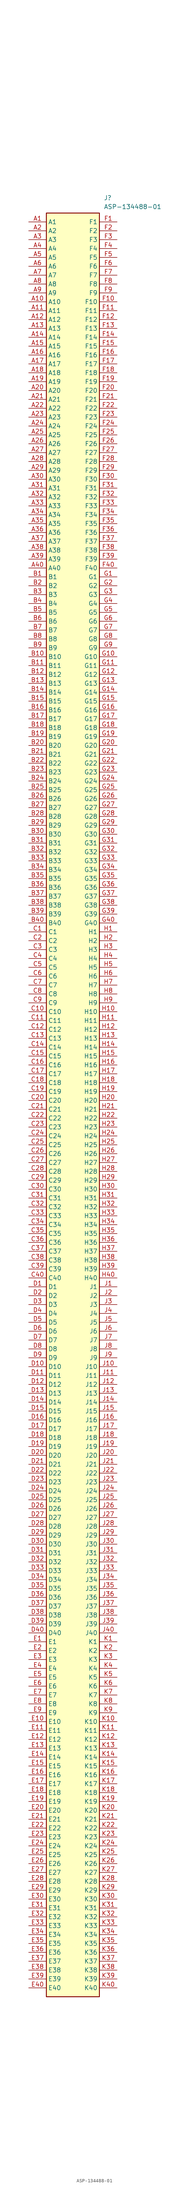
<source format=kicad_sym>
(kicad_symbol_lib
  (version 20211014)
  (generator SamacSys_ECAD_Model)
  (symbol "ASP-134488-01"
    (property "Reference" "J"
      (at 21.59 7.62 0)
      (effects (font (size 1.27 1.27)) (justify left top)))
    (property "Value" "ASP-134488-01"
      (at 21.59 5.08 0)
      (effects (font (size 1.27 1.27)) (justify left top)))
    (rectangle
      (start 5.08 2.54)
      (end 20.32 -508)
      (stroke (width 0.254) (type default))
      (fill (type background)))
    (pin passive line
      (at 0 0 0)
      (length 5.08)
      (name "A1" (effects (font (size 1.27 1.27))))
      (number "A1" (effects (font (size 1.27 1.27)))))
    (pin passive line
      (at 0 -2.54 0)
      (length 5.08)
      (name "A2" (effects (font (size 1.27 1.27))))
      (number "A2" (effects (font (size 1.27 1.27)))))
    (pin passive line
      (at 0 -5.08 0)
      (length 5.08)
      (name "A3" (effects (font (size 1.27 1.27))))
      (number "A3" (effects (font (size 1.27 1.27)))))
    (pin passive line
      (at 0 -7.62 0)
      (length 5.08)
      (name "A4" (effects (font (size 1.27 1.27))))
      (number "A4" (effects (font (size 1.27 1.27)))))
    (pin passive line
      (at 0 -10.16 0)
      (length 5.08)
      (name "A5" (effects (font (size 1.27 1.27))))
      (number "A5" (effects (font (size 1.27 1.27)))))
    (pin passive line
      (at 0 -12.7 0)
      (length 5.08)
      (name "A6" (effects (font (size 1.27 1.27))))
      (number "A6" (effects (font (size 1.27 1.27)))))
    (pin passive line
      (at 0 -15.24 0)
      (length 5.08)
      (name "A7" (effects (font (size 1.27 1.27))))
      (number "A7" (effects (font (size 1.27 1.27)))))
    (pin passive line
      (at 0 -17.78 0)
      (length 5.08)
      (name "A8" (effects (font (size 1.27 1.27))))
      (number "A8" (effects (font (size 1.27 1.27)))))
    (pin passive line
      (at 0 -20.32 0)
      (length 5.08)
      (name "A9" (effects (font (size 1.27 1.27))))
      (number "A9" (effects (font (size 1.27 1.27)))))
    (pin passive line
      (at 0 -22.86 0)
      (length 5.08)
      (name "A10" (effects (font (size 1.27 1.27))))
      (number "A10" (effects (font (size 1.27 1.27)))))
    (pin passive line
      (at 0 -25.4 0)
      (length 5.08)
      (name "A11" (effects (font (size 1.27 1.27))))
      (number "A11" (effects (font (size 1.27 1.27)))))
    (pin passive line
      (at 0 -27.94 0)
      (length 5.08)
      (name "A12" (effects (font (size 1.27 1.27))))
      (number "A12" (effects (font (size 1.27 1.27)))))
    (pin passive line
      (at 0 -30.48 0)
      (length 5.08)
      (name "A13" (effects (font (size 1.27 1.27))))
      (number "A13" (effects (font (size 1.27 1.27)))))
    (pin passive line
      (at 0 -33.02 0)
      (length 5.08)
      (name "A14" (effects (font (size 1.27 1.27))))
      (number "A14" (effects (font (size 1.27 1.27)))))
    (pin passive line
      (at 0 -35.56 0)
      (length 5.08)
      (name "A15" (effects (font (size 1.27 1.27))))
      (number "A15" (effects (font (size 1.27 1.27)))))
    (pin passive line
      (at 0 -38.1 0)
      (length 5.08)
      (name "A16" (effects (font (size 1.27 1.27))))
      (number "A16" (effects (font (size 1.27 1.27)))))
    (pin passive line
      (at 0 -40.64 0)
      (length 5.08)
      (name "A17" (effects (font (size 1.27 1.27))))
      (number "A17" (effects (font (size 1.27 1.27)))))
    (pin passive line
      (at 0 -43.18 0)
      (length 5.08)
      (name "A18" (effects (font (size 1.27 1.27))))
      (number "A18" (effects (font (size 1.27 1.27)))))
    (pin passive line
      (at 0 -45.72 0)
      (length 5.08)
      (name "A19" (effects (font (size 1.27 1.27))))
      (number "A19" (effects (font (size 1.27 1.27)))))
    (pin passive line
      (at 0 -48.26 0)
      (length 5.08)
      (name "A20" (effects (font (size 1.27 1.27))))
      (number "A20" (effects (font (size 1.27 1.27)))))
    (pin passive line
      (at 0 -50.8 0)
      (length 5.08)
      (name "A21" (effects (font (size 1.27 1.27))))
      (number "A21" (effects (font (size 1.27 1.27)))))
    (pin passive line
      (at 0 -53.34 0)
      (length 5.08)
      (name "A22" (effects (font (size 1.27 1.27))))
      (number "A22" (effects (font (size 1.27 1.27)))))
    (pin passive line
      (at 0 -55.88 0)
      (length 5.08)
      (name "A23" (effects (font (size 1.27 1.27))))
      (number "A23" (effects (font (size 1.27 1.27)))))
    (pin passive line
      (at 0 -58.42 0)
      (length 5.08)
      (name "A24" (effects (font (size 1.27 1.27))))
      (number "A24" (effects (font (size 1.27 1.27)))))
    (pin passive line
      (at 0 -60.96 0)
      (length 5.08)
      (name "A25" (effects (font (size 1.27 1.27))))
      (number "A25" (effects (font (size 1.27 1.27)))))
    (pin passive line
      (at 0 -63.5 0)
      (length 5.08)
      (name "A26" (effects (font (size 1.27 1.27))))
      (number "A26" (effects (font (size 1.27 1.27)))))
    (pin passive line
      (at 0 -66.04 0)
      (length 5.08)
      (name "A27" (effects (font (size 1.27 1.27))))
      (number "A27" (effects (font (size 1.27 1.27)))))
    (pin passive line
      (at 0 -68.58 0)
      (length 5.08)
      (name "A28" (effects (font (size 1.27 1.27))))
      (number "A28" (effects (font (size 1.27 1.27)))))
    (pin passive line
      (at 0 -71.12 0)
      (length 5.08)
      (name "A29" (effects (font (size 1.27 1.27))))
      (number "A29" (effects (font (size 1.27 1.27)))))
    (pin passive line
      (at 0 -73.66 0)
      (length 5.08)
      (name "A30" (effects (font (size 1.27 1.27))))
      (number "A30" (effects (font (size 1.27 1.27)))))
    (pin passive line
      (at 0 -76.2 0)
      (length 5.08)
      (name "A31" (effects (font (size 1.27 1.27))))
      (number "A31" (effects (font (size 1.27 1.27)))))
    (pin passive line
      (at 0 -78.74 0)
      (length 5.08)
      (name "A32" (effects (font (size 1.27 1.27))))
      (number "A32" (effects (font (size 1.27 1.27)))))
    (pin passive line
      (at 0 -81.28 0)
      (length 5.08)
      (name "A33" (effects (font (size 1.27 1.27))))
      (number "A33" (effects (font (size 1.27 1.27)))))
    (pin passive line
      (at 0 -83.82 0)
      (length 5.08)
      (name "A34" (effects (font (size 1.27 1.27))))
      (number "A34" (effects (font (size 1.27 1.27)))))
    (pin passive line
      (at 0 -86.36 0)
      (length 5.08)
      (name "A35" (effects (font (size 1.27 1.27))))
      (number "A35" (effects (font (size 1.27 1.27)))))
    (pin passive line
      (at 0 -88.9 0)
      (length 5.08)
      (name "A36" (effects (font (size 1.27 1.27))))
      (number "A36" (effects (font (size 1.27 1.27)))))
    (pin passive line
      (at 0 -91.44 0)
      (length 5.08)
      (name "A37" (effects (font (size 1.27 1.27))))
      (number "A37" (effects (font (size 1.27 1.27)))))
    (pin passive line
      (at 0 -93.98 0)
      (length 5.08)
      (name "A38" (effects (font (size 1.27 1.27))))
      (number "A38" (effects (font (size 1.27 1.27)))))
    (pin passive line
      (at 0 -96.52 0)
      (length 5.08)
      (name "A39" (effects (font (size 1.27 1.27))))
      (number "A39" (effects (font (size 1.27 1.27)))))
    (pin passive line
      (at 0 -99.06 0)
      (length 5.08)
      (name "A40" (effects (font (size 1.27 1.27))))
      (number "A40" (effects (font (size 1.27 1.27)))))
    (pin passive line
      (at 0 -101.6 0)
      (length 5.08)
      (name "B1" (effects (font (size 1.27 1.27))))
      (number "B1" (effects (font (size 1.27 1.27)))))
    (pin passive line
      (at 0 -104.14 0)
      (length 5.08)
      (name "B2" (effects (font (size 1.27 1.27))))
      (number "B2" (effects (font (size 1.27 1.27)))))
    (pin passive line
      (at 0 -106.68 0)
      (length 5.08)
      (name "B3" (effects (font (size 1.27 1.27))))
      (number "B3" (effects (font (size 1.27 1.27)))))
    (pin passive line
      (at 0 -109.22 0)
      (length 5.08)
      (name "B4" (effects (font (size 1.27 1.27))))
      (number "B4" (effects (font (size 1.27 1.27)))))
    (pin passive line
      (at 0 -111.76 0)
      (length 5.08)
      (name "B5" (effects (font (size 1.27 1.27))))
      (number "B5" (effects (font (size 1.27 1.27)))))
    (pin passive line
      (at 0 -114.3 0)
      (length 5.08)
      (name "B6" (effects (font (size 1.27 1.27))))
      (number "B6" (effects (font (size 1.27 1.27)))))
    (pin passive line
      (at 0 -116.84 0)
      (length 5.08)
      (name "B7" (effects (font (size 1.27 1.27))))
      (number "B7" (effects (font (size 1.27 1.27)))))
    (pin passive line
      (at 0 -119.38 0)
      (length 5.08)
      (name "B8" (effects (font (size 1.27 1.27))))
      (number "B8" (effects (font (size 1.27 1.27)))))
    (pin passive line
      (at 0 -121.92 0)
      (length 5.08)
      (name "B9" (effects (font (size 1.27 1.27))))
      (number "B9" (effects (font (size 1.27 1.27)))))
    (pin passive line
      (at 0 -124.46 0)
      (length 5.08)
      (name "B10" (effects (font (size 1.27 1.27))))
      (number "B10" (effects (font (size 1.27 1.27)))))
    (pin passive line
      (at 0 -127 0)
      (length 5.08)
      (name "B11" (effects (font (size 1.27 1.27))))
      (number "B11" (effects (font (size 1.27 1.27)))))
    (pin passive line
      (at 0 -129.54 0)
      (length 5.08)
      (name "B12" (effects (font (size 1.27 1.27))))
      (number "B12" (effects (font (size 1.27 1.27)))))
    (pin passive line
      (at 0 -132.08 0)
      (length 5.08)
      (name "B13" (effects (font (size 1.27 1.27))))
      (number "B13" (effects (font (size 1.27 1.27)))))
    (pin passive line
      (at 0 -134.62 0)
      (length 5.08)
      (name "B14" (effects (font (size 1.27 1.27))))
      (number "B14" (effects (font (size 1.27 1.27)))))
    (pin passive line
      (at 0 -137.16 0)
      (length 5.08)
      (name "B15" (effects (font (size 1.27 1.27))))
      (number "B15" (effects (font (size 1.27 1.27)))))
    (pin passive line
      (at 0 -139.7 0)
      (length 5.08)
      (name "B16" (effects (font (size 1.27 1.27))))
      (number "B16" (effects (font (size 1.27 1.27)))))
    (pin passive line
      (at 0 -142.24 0)
      (length 5.08)
      (name "B17" (effects (font (size 1.27 1.27))))
      (number "B17" (effects (font (size 1.27 1.27)))))
    (pin passive line
      (at 0 -144.78 0)
      (length 5.08)
      (name "B18" (effects (font (size 1.27 1.27))))
      (number "B18" (effects (font (size 1.27 1.27)))))
    (pin passive line
      (at 0 -147.32 0)
      (length 5.08)
      (name "B19" (effects (font (size 1.27 1.27))))
      (number "B19" (effects (font (size 1.27 1.27)))))
    (pin passive line
      (at 0 -149.86 0)
      (length 5.08)
      (name "B20" (effects (font (size 1.27 1.27))))
      (number "B20" (effects (font (size 1.27 1.27)))))
    (pin passive line
      (at 0 -152.4 0)
      (length 5.08)
      (name "B21" (effects (font (size 1.27 1.27))))
      (number "B21" (effects (font (size 1.27 1.27)))))
    (pin passive line
      (at 0 -154.94 0)
      (length 5.08)
      (name "B22" (effects (font (size 1.27 1.27))))
      (number "B22" (effects (font (size 1.27 1.27)))))
    (pin passive line
      (at 0 -157.48 0)
      (length 5.08)
      (name "B23" (effects (font (size 1.27 1.27))))
      (number "B23" (effects (font (size 1.27 1.27)))))
    (pin passive line
      (at 0 -160.02 0)
      (length 5.08)
      (name "B24" (effects (font (size 1.27 1.27))))
      (number "B24" (effects (font (size 1.27 1.27)))))
    (pin passive line
      (at 0 -162.56 0)
      (length 5.08)
      (name "B25" (effects (font (size 1.27 1.27))))
      (number "B25" (effects (font (size 1.27 1.27)))))
    (pin passive line
      (at 0 -165.1 0)
      (length 5.08)
      (name "B26" (effects (font (size 1.27 1.27))))
      (number "B26" (effects (font (size 1.27 1.27)))))
    (pin passive line
      (at 0 -167.64 0)
      (length 5.08)
      (name "B27" (effects (font (size 1.27 1.27))))
      (number "B27" (effects (font (size 1.27 1.27)))))
    (pin passive line
      (at 0 -170.18 0)
      (length 5.08)
      (name "B28" (effects (font (size 1.27 1.27))))
      (number "B28" (effects (font (size 1.27 1.27)))))
    (pin passive line
      (at 0 -172.72 0)
      (length 5.08)
      (name "B29" (effects (font (size 1.27 1.27))))
      (number "B29" (effects (font (size 1.27 1.27)))))
    (pin passive line
      (at 0 -175.26 0)
      (length 5.08)
      (name "B30" (effects (font (size 1.27 1.27))))
      (number "B30" (effects (font (size 1.27 1.27)))))
    (pin passive line
      (at 0 -177.8 0)
      (length 5.08)
      (name "B31" (effects (font (size 1.27 1.27))))
      (number "B31" (effects (font (size 1.27 1.27)))))
    (pin passive line
      (at 0 -180.34 0)
      (length 5.08)
      (name "B32" (effects (font (size 1.27 1.27))))
      (number "B32" (effects (font (size 1.27 1.27)))))
    (pin passive line
      (at 0 -182.88 0)
      (length 5.08)
      (name "B33" (effects (font (size 1.27 1.27))))
      (number "B33" (effects (font (size 1.27 1.27)))))
    (pin passive line
      (at 0 -185.42 0)
      (length 5.08)
      (name "B34" (effects (font (size 1.27 1.27))))
      (number "B34" (effects (font (size 1.27 1.27)))))
    (pin passive line
      (at 0 -187.96 0)
      (length 5.08)
      (name "B35" (effects (font (size 1.27 1.27))))
      (number "B35" (effects (font (size 1.27 1.27)))))
    (pin passive line
      (at 0 -190.5 0)
      (length 5.08)
      (name "B36" (effects (font (size 1.27 1.27))))
      (number "B36" (effects (font (size 1.27 1.27)))))
    (pin passive line
      (at 0 -193.04 0)
      (length 5.08)
      (name "B37" (effects (font (size 1.27 1.27))))
      (number "B37" (effects (font (size 1.27 1.27)))))
    (pin passive line
      (at 0 -195.58 0)
      (length 5.08)
      (name "B38" (effects (font (size 1.27 1.27))))
      (number "B38" (effects (font (size 1.27 1.27)))))
    (pin passive line
      (at 0 -198.12 0)
      (length 5.08)
      (name "B39" (effects (font (size 1.27 1.27))))
      (number "B39" (effects (font (size 1.27 1.27)))))
    (pin passive line
      (at 0 -200.66 0)
      (length 5.08)
      (name "B40" (effects (font (size 1.27 1.27))))
      (number "B40" (effects (font (size 1.27 1.27)))))
    (pin passive line
      (at 0 -203.2 0)
      (length 5.08)
      (name "C1" (effects (font (size 1.27 1.27))))
      (number "C1" (effects (font (size 1.27 1.27)))))
    (pin passive line
      (at 0 -205.74 0)
      (length 5.08)
      (name "C2" (effects (font (size 1.27 1.27))))
      (number "C2" (effects (font (size 1.27 1.27)))))
    (pin passive line
      (at 0 -208.28 0)
      (length 5.08)
      (name "C3" (effects (font (size 1.27 1.27))))
      (number "C3" (effects (font (size 1.27 1.27)))))
    (pin passive line
      (at 0 -210.82 0)
      (length 5.08)
      (name "C4" (effects (font (size 1.27 1.27))))
      (number "C4" (effects (font (size 1.27 1.27)))))
    (pin passive line
      (at 0 -213.36 0)
      (length 5.08)
      (name "C5" (effects (font (size 1.27 1.27))))
      (number "C5" (effects (font (size 1.27 1.27)))))
    (pin passive line
      (at 0 -215.9 0)
      (length 5.08)
      (name "C6" (effects (font (size 1.27 1.27))))
      (number "C6" (effects (font (size 1.27 1.27)))))
    (pin passive line
      (at 0 -218.44 0)
      (length 5.08)
      (name "C7" (effects (font (size 1.27 1.27))))
      (number "C7" (effects (font (size 1.27 1.27)))))
    (pin passive line
      (at 0 -220.98 0)
      (length 5.08)
      (name "C8" (effects (font (size 1.27 1.27))))
      (number "C8" (effects (font (size 1.27 1.27)))))
    (pin passive line
      (at 0 -223.52 0)
      (length 5.08)
      (name "C9" (effects (font (size 1.27 1.27))))
      (number "C9" (effects (font (size 1.27 1.27)))))
    (pin passive line
      (at 0 -226.06 0)
      (length 5.08)
      (name "C10" (effects (font (size 1.27 1.27))))
      (number "C10" (effects (font (size 1.27 1.27)))))
    (pin passive line
      (at 0 -228.6 0)
      (length 5.08)
      (name "C11" (effects (font (size 1.27 1.27))))
      (number "C11" (effects (font (size 1.27 1.27)))))
    (pin passive line
      (at 0 -231.14 0)
      (length 5.08)
      (name "C12" (effects (font (size 1.27 1.27))))
      (number "C12" (effects (font (size 1.27 1.27)))))
    (pin passive line
      (at 0 -233.68 0)
      (length 5.08)
      (name "C13" (effects (font (size 1.27 1.27))))
      (number "C13" (effects (font (size 1.27 1.27)))))
    (pin passive line
      (at 0 -236.22 0)
      (length 5.08)
      (name "C14" (effects (font (size 1.27 1.27))))
      (number "C14" (effects (font (size 1.27 1.27)))))
    (pin passive line
      (at 0 -238.76 0)
      (length 5.08)
      (name "C15" (effects (font (size 1.27 1.27))))
      (number "C15" (effects (font (size 1.27 1.27)))))
    (pin passive line
      (at 0 -241.3 0)
      (length 5.08)
      (name "C16" (effects (font (size 1.27 1.27))))
      (number "C16" (effects (font (size 1.27 1.27)))))
    (pin passive line
      (at 0 -243.84 0)
      (length 5.08)
      (name "C17" (effects (font (size 1.27 1.27))))
      (number "C17" (effects (font (size 1.27 1.27)))))
    (pin passive line
      (at 0 -246.38 0)
      (length 5.08)
      (name "C18" (effects (font (size 1.27 1.27))))
      (number "C18" (effects (font (size 1.27 1.27)))))
    (pin passive line
      (at 0 -248.92 0)
      (length 5.08)
      (name "C19" (effects (font (size 1.27 1.27))))
      (number "C19" (effects (font (size 1.27 1.27)))))
    (pin passive line
      (at 0 -251.46 0)
      (length 5.08)
      (name "C20" (effects (font (size 1.27 1.27))))
      (number "C20" (effects (font (size 1.27 1.27)))))
    (pin passive line
      (at 0 -254 0)
      (length 5.08)
      (name "C21" (effects (font (size 1.27 1.27))))
      (number "C21" (effects (font (size 1.27 1.27)))))
    (pin passive line
      (at 0 -256.54 0)
      (length 5.08)
      (name "C22" (effects (font (size 1.27 1.27))))
      (number "C22" (effects (font (size 1.27 1.27)))))
    (pin passive line
      (at 0 -259.08 0)
      (length 5.08)
      (name "C23" (effects (font (size 1.27 1.27))))
      (number "C23" (effects (font (size 1.27 1.27)))))
    (pin passive line
      (at 0 -261.62 0)
      (length 5.08)
      (name "C24" (effects (font (size 1.27 1.27))))
      (number "C24" (effects (font (size 1.27 1.27)))))
    (pin passive line
      (at 0 -264.16 0)
      (length 5.08)
      (name "C25" (effects (font (size 1.27 1.27))))
      (number "C25" (effects (font (size 1.27 1.27)))))
    (pin passive line
      (at 0 -266.7 0)
      (length 5.08)
      (name "C26" (effects (font (size 1.27 1.27))))
      (number "C26" (effects (font (size 1.27 1.27)))))
    (pin passive line
      (at 0 -269.24 0)
      (length 5.08)
      (name "C27" (effects (font (size 1.27 1.27))))
      (number "C27" (effects (font (size 1.27 1.27)))))
    (pin passive line
      (at 0 -271.78 0)
      (length 5.08)
      (name "C28" (effects (font (size 1.27 1.27))))
      (number "C28" (effects (font (size 1.27 1.27)))))
    (pin passive line
      (at 0 -274.32 0)
      (length 5.08)
      (name "C29" (effects (font (size 1.27 1.27))))
      (number "C29" (effects (font (size 1.27 1.27)))))
    (pin passive line
      (at 0 -276.86 0)
      (length 5.08)
      (name "C30" (effects (font (size 1.27 1.27))))
      (number "C30" (effects (font (size 1.27 1.27)))))
    (pin passive line
      (at 0 -279.4 0)
      (length 5.08)
      (name "C31" (effects (font (size 1.27 1.27))))
      (number "C31" (effects (font (size 1.27 1.27)))))
    (pin passive line
      (at 0 -281.94 0)
      (length 5.08)
      (name "C32" (effects (font (size 1.27 1.27))))
      (number "C32" (effects (font (size 1.27 1.27)))))
    (pin passive line
      (at 0 -284.48 0)
      (length 5.08)
      (name "C33" (effects (font (size 1.27 1.27))))
      (number "C33" (effects (font (size 1.27 1.27)))))
    (pin passive line
      (at 0 -287.02 0)
      (length 5.08)
      (name "C34" (effects (font (size 1.27 1.27))))
      (number "C34" (effects (font (size 1.27 1.27)))))
    (pin passive line
      (at 0 -289.56 0)
      (length 5.08)
      (name "C35" (effects (font (size 1.27 1.27))))
      (number "C35" (effects (font (size 1.27 1.27)))))
    (pin passive line
      (at 0 -292.1 0)
      (length 5.08)
      (name "C36" (effects (font (size 1.27 1.27))))
      (number "C36" (effects (font (size 1.27 1.27)))))
    (pin passive line
      (at 0 -294.64 0)
      (length 5.08)
      (name "C37" (effects (font (size 1.27 1.27))))
      (number "C37" (effects (font (size 1.27 1.27)))))
    (pin passive line
      (at 0 -297.18 0)
      (length 5.08)
      (name "C38" (effects (font (size 1.27 1.27))))
      (number "C38" (effects (font (size 1.27 1.27)))))
    (pin passive line
      (at 0 -299.72 0)
      (length 5.08)
      (name "C39" (effects (font (size 1.27 1.27))))
      (number "C39" (effects (font (size 1.27 1.27)))))
    (pin passive line
      (at 0 -302.26 0)
      (length 5.08)
      (name "C40" (effects (font (size 1.27 1.27))))
      (number "C40" (effects (font (size 1.27 1.27)))))
    (pin passive line
      (at 0 -304.8 0)
      (length 5.08)
      (name "D1" (effects (font (size 1.27 1.27))))
      (number "D1" (effects (font (size 1.27 1.27)))))
    (pin passive line
      (at 0 -307.34 0)
      (length 5.08)
      (name "D2" (effects (font (size 1.27 1.27))))
      (number "D2" (effects (font (size 1.27 1.27)))))
    (pin passive line
      (at 0 -309.88 0)
      (length 5.08)
      (name "D3" (effects (font (size 1.27 1.27))))
      (number "D3" (effects (font (size 1.27 1.27)))))
    (pin passive line
      (at 0 -312.42 0)
      (length 5.08)
      (name "D4" (effects (font (size 1.27 1.27))))
      (number "D4" (effects (font (size 1.27 1.27)))))
    (pin passive line
      (at 0 -314.96 0)
      (length 5.08)
      (name "D5" (effects (font (size 1.27 1.27))))
      (number "D5" (effects (font (size 1.27 1.27)))))
    (pin passive line
      (at 0 -317.5 0)
      (length 5.08)
      (name "D6" (effects (font (size 1.27 1.27))))
      (number "D6" (effects (font (size 1.27 1.27)))))
    (pin passive line
      (at 0 -320.04 0)
      (length 5.08)
      (name "D7" (effects (font (size 1.27 1.27))))
      (number "D7" (effects (font (size 1.27 1.27)))))
    (pin passive line
      (at 0 -322.58 0)
      (length 5.08)
      (name "D8" (effects (font (size 1.27 1.27))))
      (number "D8" (effects (font (size 1.27 1.27)))))
    (pin passive line
      (at 0 -325.12 0)
      (length 5.08)
      (name "D9" (effects (font (size 1.27 1.27))))
      (number "D9" (effects (font (size 1.27 1.27)))))
    (pin passive line
      (at 0 -327.66 0)
      (length 5.08)
      (name "D10" (effects (font (size 1.27 1.27))))
      (number "D10" (effects (font (size 1.27 1.27)))))
    (pin passive line
      (at 0 -330.2 0)
      (length 5.08)
      (name "D11" (effects (font (size 1.27 1.27))))
      (number "D11" (effects (font (size 1.27 1.27)))))
    (pin passive line
      (at 0 -332.74 0)
      (length 5.08)
      (name "D12" (effects (font (size 1.27 1.27))))
      (number "D12" (effects (font (size 1.27 1.27)))))
    (pin passive line
      (at 0 -335.28 0)
      (length 5.08)
      (name "D13" (effects (font (size 1.27 1.27))))
      (number "D13" (effects (font (size 1.27 1.27)))))
    (pin passive line
      (at 0 -337.82 0)
      (length 5.08)
      (name "D14" (effects (font (size 1.27 1.27))))
      (number "D14" (effects (font (size 1.27 1.27)))))
    (pin passive line
      (at 0 -340.36 0)
      (length 5.08)
      (name "D15" (effects (font (size 1.27 1.27))))
      (number "D15" (effects (font (size 1.27 1.27)))))
    (pin passive line
      (at 0 -342.9 0)
      (length 5.08)
      (name "D16" (effects (font (size 1.27 1.27))))
      (number "D16" (effects (font (size 1.27 1.27)))))
    (pin passive line
      (at 0 -345.44 0)
      (length 5.08)
      (name "D17" (effects (font (size 1.27 1.27))))
      (number "D17" (effects (font (size 1.27 1.27)))))
    (pin passive line
      (at 0 -347.98 0)
      (length 5.08)
      (name "D18" (effects (font (size 1.27 1.27))))
      (number "D18" (effects (font (size 1.27 1.27)))))
    (pin passive line
      (at 0 -350.52 0)
      (length 5.08)
      (name "D19" (effects (font (size 1.27 1.27))))
      (number "D19" (effects (font (size 1.27 1.27)))))
    (pin passive line
      (at 0 -353.06 0)
      (length 5.08)
      (name "D20" (effects (font (size 1.27 1.27))))
      (number "D20" (effects (font (size 1.27 1.27)))))
    (pin passive line
      (at 0 -355.6 0)
      (length 5.08)
      (name "D21" (effects (font (size 1.27 1.27))))
      (number "D21" (effects (font (size 1.27 1.27)))))
    (pin passive line
      (at 0 -358.14 0)
      (length 5.08)
      (name "D22" (effects (font (size 1.27 1.27))))
      (number "D22" (effects (font (size 1.27 1.27)))))
    (pin passive line
      (at 0 -360.68 0)
      (length 5.08)
      (name "D23" (effects (font (size 1.27 1.27))))
      (number "D23" (effects (font (size 1.27 1.27)))))
    (pin passive line
      (at 0 -363.22 0)
      (length 5.08)
      (name "D24" (effects (font (size 1.27 1.27))))
      (number "D24" (effects (font (size 1.27 1.27)))))
    (pin passive line
      (at 0 -365.76 0)
      (length 5.08)
      (name "D25" (effects (font (size 1.27 1.27))))
      (number "D25" (effects (font (size 1.27 1.27)))))
    (pin passive line
      (at 0 -368.3 0)
      (length 5.08)
      (name "D26" (effects (font (size 1.27 1.27))))
      (number "D26" (effects (font (size 1.27 1.27)))))
    (pin passive line
      (at 0 -370.84 0)
      (length 5.08)
      (name "D27" (effects (font (size 1.27 1.27))))
      (number "D27" (effects (font (size 1.27 1.27)))))
    (pin passive line
      (at 0 -373.38 0)
      (length 5.08)
      (name "D28" (effects (font (size 1.27 1.27))))
      (number "D28" (effects (font (size 1.27 1.27)))))
    (pin passive line
      (at 0 -375.92 0)
      (length 5.08)
      (name "D29" (effects (font (size 1.27 1.27))))
      (number "D29" (effects (font (size 1.27 1.27)))))
    (pin passive line
      (at 0 -378.46 0)
      (length 5.08)
      (name "D30" (effects (font (size 1.27 1.27))))
      (number "D30" (effects (font (size 1.27 1.27)))))
    (pin passive line
      (at 0 -381 0)
      (length 5.08)
      (name "D31" (effects (font (size 1.27 1.27))))
      (number "D31" (effects (font (size 1.27 1.27)))))
    (pin passive line
      (at 0 -383.54 0)
      (length 5.08)
      (name "D32" (effects (font (size 1.27 1.27))))
      (number "D32" (effects (font (size 1.27 1.27)))))
    (pin passive line
      (at 0 -386.08 0)
      (length 5.08)
      (name "D33" (effects (font (size 1.27 1.27))))
      (number "D33" (effects (font (size 1.27 1.27)))))
    (pin passive line
      (at 0 -388.62 0)
      (length 5.08)
      (name "D34" (effects (font (size 1.27 1.27))))
      (number "D34" (effects (font (size 1.27 1.27)))))
    (pin passive line
      (at 0 -391.16 0)
      (length 5.08)
      (name "D35" (effects (font (size 1.27 1.27))))
      (number "D35" (effects (font (size 1.27 1.27)))))
    (pin passive line
      (at 0 -393.7 0)
      (length 5.08)
      (name "D36" (effects (font (size 1.27 1.27))))
      (number "D36" (effects (font (size 1.27 1.27)))))
    (pin passive line
      (at 0 -396.24 0)
      (length 5.08)
      (name "D37" (effects (font (size 1.27 1.27))))
      (number "D37" (effects (font (size 1.27 1.27)))))
    (pin passive line
      (at 0 -398.78 0)
      (length 5.08)
      (name "D38" (effects (font (size 1.27 1.27))))
      (number "D38" (effects (font (size 1.27 1.27)))))
    (pin passive line
      (at 0 -401.32 0)
      (length 5.08)
      (name "D39" (effects (font (size 1.27 1.27))))
      (number "D39" (effects (font (size 1.27 1.27)))))
    (pin passive line
      (at 0 -403.86 0)
      (length 5.08)
      (name "D40" (effects (font (size 1.27 1.27))))
      (number "D40" (effects (font (size 1.27 1.27)))))
    (pin passive line
      (at 0 -406.4 0)
      (length 5.08)
      (name "E1" (effects (font (size 1.27 1.27))))
      (number "E1" (effects (font (size 1.27 1.27)))))
    (pin passive line
      (at 0 -408.94 0)
      (length 5.08)
      (name "E2" (effects (font (size 1.27 1.27))))
      (number "E2" (effects (font (size 1.27 1.27)))))
    (pin passive line
      (at 0 -411.48 0)
      (length 5.08)
      (name "E3" (effects (font (size 1.27 1.27))))
      (number "E3" (effects (font (size 1.27 1.27)))))
    (pin passive line
      (at 0 -414.02 0)
      (length 5.08)
      (name "E4" (effects (font (size 1.27 1.27))))
      (number "E4" (effects (font (size 1.27 1.27)))))
    (pin passive line
      (at 0 -416.56 0)
      (length 5.08)
      (name "E5" (effects (font (size 1.27 1.27))))
      (number "E5" (effects (font (size 1.27 1.27)))))
    (pin passive line
      (at 0 -419.1 0)
      (length 5.08)
      (name "E6" (effects (font (size 1.27 1.27))))
      (number "E6" (effects (font (size 1.27 1.27)))))
    (pin passive line
      (at 0 -421.64 0)
      (length 5.08)
      (name "E7" (effects (font (size 1.27 1.27))))
      (number "E7" (effects (font (size 1.27 1.27)))))
    (pin passive line
      (at 0 -424.18 0)
      (length 5.08)
      (name "E8" (effects (font (size 1.27 1.27))))
      (number "E8" (effects (font (size 1.27 1.27)))))
    (pin passive line
      (at 0 -426.72 0)
      (length 5.08)
      (name "E9" (effects (font (size 1.27 1.27))))
      (number "E9" (effects (font (size 1.27 1.27)))))
    (pin passive line
      (at 0 -429.26 0)
      (length 5.08)
      (name "E10" (effects (font (size 1.27 1.27))))
      (number "E10" (effects (font (size 1.27 1.27)))))
    (pin passive line
      (at 0 -431.8 0)
      (length 5.08)
      (name "E11" (effects (font (size 1.27 1.27))))
      (number "E11" (effects (font (size 1.27 1.27)))))
    (pin passive line
      (at 0 -434.34 0)
      (length 5.08)
      (name "E12" (effects (font (size 1.27 1.27))))
      (number "E12" (effects (font (size 1.27 1.27)))))
    (pin passive line
      (at 0 -436.88 0)
      (length 5.08)
      (name "E13" (effects (font (size 1.27 1.27))))
      (number "E13" (effects (font (size 1.27 1.27)))))
    (pin passive line
      (at 0 -439.42 0)
      (length 5.08)
      (name "E14" (effects (font (size 1.27 1.27))))
      (number "E14" (effects (font (size 1.27 1.27)))))
    (pin passive line
      (at 0 -441.96 0)
      (length 5.08)
      (name "E15" (effects (font (size 1.27 1.27))))
      (number "E15" (effects (font (size 1.27 1.27)))))
    (pin passive line
      (at 0 -444.5 0)
      (length 5.08)
      (name "E16" (effects (font (size 1.27 1.27))))
      (number "E16" (effects (font (size 1.27 1.27)))))
    (pin passive line
      (at 0 -447.04 0)
      (length 5.08)
      (name "E17" (effects (font (size 1.27 1.27))))
      (number "E17" (effects (font (size 1.27 1.27)))))
    (pin passive line
      (at 0 -449.58 0)
      (length 5.08)
      (name "E18" (effects (font (size 1.27 1.27))))
      (number "E18" (effects (font (size 1.27 1.27)))))
    (pin passive line
      (at 0 -452.12 0)
      (length 5.08)
      (name "E19" (effects (font (size 1.27 1.27))))
      (number "E19" (effects (font (size 1.27 1.27)))))
    (pin passive line
      (at 0 -454.66 0)
      (length 5.08)
      (name "E20" (effects (font (size 1.27 1.27))))
      (number "E20" (effects (font (size 1.27 1.27)))))
    (pin passive line
      (at 0 -457.2 0)
      (length 5.08)
      (name "E21" (effects (font (size 1.27 1.27))))
      (number "E21" (effects (font (size 1.27 1.27)))))
    (pin passive line
      (at 0 -459.74 0)
      (length 5.08)
      (name "E22" (effects (font (size 1.27 1.27))))
      (number "E22" (effects (font (size 1.27 1.27)))))
    (pin passive line
      (at 0 -462.28 0)
      (length 5.08)
      (name "E23" (effects (font (size 1.27 1.27))))
      (number "E23" (effects (font (size 1.27 1.27)))))
    (pin passive line
      (at 0 -464.82 0)
      (length 5.08)
      (name "E24" (effects (font (size 1.27 1.27))))
      (number "E24" (effects (font (size 1.27 1.27)))))
    (pin passive line
      (at 0 -467.36 0)
      (length 5.08)
      (name "E25" (effects (font (size 1.27 1.27))))
      (number "E25" (effects (font (size 1.27 1.27)))))
    (pin passive line
      (at 0 -469.9 0)
      (length 5.08)
      (name "E26" (effects (font (size 1.27 1.27))))
      (number "E26" (effects (font (size 1.27 1.27)))))
    (pin passive line
      (at 0 -472.44 0)
      (length 5.08)
      (name "E27" (effects (font (size 1.27 1.27))))
      (number "E27" (effects (font (size 1.27 1.27)))))
    (pin passive line
      (at 0 -474.98 0)
      (length 5.08)
      (name "E28" (effects (font (size 1.27 1.27))))
      (number "E28" (effects (font (size 1.27 1.27)))))
    (pin passive line
      (at 0 -477.52 0)
      (length 5.08)
      (name "E29" (effects (font (size 1.27 1.27))))
      (number "E29" (effects (font (size 1.27 1.27)))))
    (pin passive line
      (at 0 -480.06 0)
      (length 5.08)
      (name "E30" (effects (font (size 1.27 1.27))))
      (number "E30" (effects (font (size 1.27 1.27)))))
    (pin passive line
      (at 0 -482.6 0)
      (length 5.08)
      (name "E31" (effects (font (size 1.27 1.27))))
      (number "E31" (effects (font (size 1.27 1.27)))))
    (pin passive line
      (at 0 -485.14 0)
      (length 5.08)
      (name "E32" (effects (font (size 1.27 1.27))))
      (number "E32" (effects (font (size 1.27 1.27)))))
    (pin passive line
      (at 0 -487.68 0)
      (length 5.08)
      (name "E33" (effects (font (size 1.27 1.27))))
      (number "E33" (effects (font (size 1.27 1.27)))))
    (pin passive line
      (at 0 -490.22 0)
      (length 5.08)
      (name "E34" (effects (font (size 1.27 1.27))))
      (number "E34" (effects (font (size 1.27 1.27)))))
    (pin passive line
      (at 0 -492.76 0)
      (length 5.08)
      (name "E35" (effects (font (size 1.27 1.27))))
      (number "E35" (effects (font (size 1.27 1.27)))))
    (pin passive line
      (at 0 -495.3 0)
      (length 5.08)
      (name "E36" (effects (font (size 1.27 1.27))))
      (number "E36" (effects (font (size 1.27 1.27)))))
    (pin passive line
      (at 0 -497.84 0)
      (length 5.08)
      (name "E37" (effects (font (size 1.27 1.27))))
      (number "E37" (effects (font (size 1.27 1.27)))))
    (pin passive line
      (at 0 -500.38 0)
      (length 5.08)
      (name "E38" (effects (font (size 1.27 1.27))))
      (number "E38" (effects (font (size 1.27 1.27)))))
    (pin passive line
      (at 0 -502.92 0)
      (length 5.08)
      (name "E39" (effects (font (size 1.27 1.27))))
      (number "E39" (effects (font (size 1.27 1.27)))))
    (pin passive line
      (at 0 -505.46 0)
      (length 5.08)
      (name "E40" (effects (font (size 1.27 1.27))))
      (number "E40" (effects (font (size 1.27 1.27)))))
    (pin passive line
      (at 25.4 0 180)
      (length 5.08)
      (name "F1" (effects (font (size 1.27 1.27))))
      (number "F1" (effects (font (size 1.27 1.27)))))
    (pin passive line
      (at 25.4 -2.54 180)
      (length 5.08)
      (name "F2" (effects (font (size 1.27 1.27))))
      (number "F2" (effects (font (size 1.27 1.27)))))
    (pin passive line
      (at 25.4 -5.08 180)
      (length 5.08)
      (name "F3" (effects (font (size 1.27 1.27))))
      (number "F3" (effects (font (size 1.27 1.27)))))
    (pin passive line
      (at 25.4 -7.62 180)
      (length 5.08)
      (name "F4" (effects (font (size 1.27 1.27))))
      (number "F4" (effects (font (size 1.27 1.27)))))
    (pin passive line
      (at 25.4 -10.16 180)
      (length 5.08)
      (name "F5" (effects (font (size 1.27 1.27))))
      (number "F5" (effects (font (size 1.27 1.27)))))
    (pin passive line
      (at 25.4 -12.7 180)
      (length 5.08)
      (name "F6" (effects (font (size 1.27 1.27))))
      (number "F6" (effects (font (size 1.27 1.27)))))
    (pin passive line
      (at 25.4 -15.24 180)
      (length 5.08)
      (name "F7" (effects (font (size 1.27 1.27))))
      (number "F7" (effects (font (size 1.27 1.27)))))
    (pin passive line
      (at 25.4 -17.78 180)
      (length 5.08)
      (name "F8" (effects (font (size 1.27 1.27))))
      (number "F8" (effects (font (size 1.27 1.27)))))
    (pin passive line
      (at 25.4 -20.32 180)
      (length 5.08)
      (name "F9" (effects (font (size 1.27 1.27))))
      (number "F9" (effects (font (size 1.27 1.27)))))
    (pin passive line
      (at 25.4 -22.86 180)
      (length 5.08)
      (name "F10" (effects (font (size 1.27 1.27))))
      (number "F10" (effects (font (size 1.27 1.27)))))
    (pin passive line
      (at 25.4 -25.4 180)
      (length 5.08)
      (name "F11" (effects (font (size 1.27 1.27))))
      (number "F11" (effects (font (size 1.27 1.27)))))
    (pin passive line
      (at 25.4 -27.94 180)
      (length 5.08)
      (name "F12" (effects (font (size 1.27 1.27))))
      (number "F12" (effects (font (size 1.27 1.27)))))
    (pin passive line
      (at 25.4 -30.48 180)
      (length 5.08)
      (name "F13" (effects (font (size 1.27 1.27))))
      (number "F13" (effects (font (size 1.27 1.27)))))
    (pin passive line
      (at 25.4 -33.02 180)
      (length 5.08)
      (name "F14" (effects (font (size 1.27 1.27))))
      (number "F14" (effects (font (size 1.27 1.27)))))
    (pin passive line
      (at 25.4 -35.56 180)
      (length 5.08)
      (name "F15" (effects (font (size 1.27 1.27))))
      (number "F15" (effects (font (size 1.27 1.27)))))
    (pin passive line
      (at 25.4 -38.1 180)
      (length 5.08)
      (name "F16" (effects (font (size 1.27 1.27))))
      (number "F16" (effects (font (size 1.27 1.27)))))
    (pin passive line
      (at 25.4 -40.64 180)
      (length 5.08)
      (name "F17" (effects (font (size 1.27 1.27))))
      (number "F17" (effects (font (size 1.27 1.27)))))
    (pin passive line
      (at 25.4 -43.18 180)
      (length 5.08)
      (name "F18" (effects (font (size 1.27 1.27))))
      (number "F18" (effects (font (size 1.27 1.27)))))
    (pin passive line
      (at 25.4 -45.72 180)
      (length 5.08)
      (name "F19" (effects (font (size 1.27 1.27))))
      (number "F19" (effects (font (size 1.27 1.27)))))
    (pin passive line
      (at 25.4 -48.26 180)
      (length 5.08)
      (name "F20" (effects (font (size 1.27 1.27))))
      (number "F20" (effects (font (size 1.27 1.27)))))
    (pin passive line
      (at 25.4 -50.8 180)
      (length 5.08)
      (name "F21" (effects (font (size 1.27 1.27))))
      (number "F21" (effects (font (size 1.27 1.27)))))
    (pin passive line
      (at 25.4 -53.34 180)
      (length 5.08)
      (name "F22" (effects (font (size 1.27 1.27))))
      (number "F22" (effects (font (size 1.27 1.27)))))
    (pin passive line
      (at 25.4 -55.88 180)
      (length 5.08)
      (name "F23" (effects (font (size 1.27 1.27))))
      (number "F23" (effects (font (size 1.27 1.27)))))
    (pin passive line
      (at 25.4 -58.42 180)
      (length 5.08)
      (name "F24" (effects (font (size 1.27 1.27))))
      (number "F24" (effects (font (size 1.27 1.27)))))
    (pin passive line
      (at 25.4 -60.96 180)
      (length 5.08)
      (name "F25" (effects (font (size 1.27 1.27))))
      (number "F25" (effects (font (size 1.27 1.27)))))
    (pin passive line
      (at 25.4 -63.5 180)
      (length 5.08)
      (name "F26" (effects (font (size 1.27 1.27))))
      (number "F26" (effects (font (size 1.27 1.27)))))
    (pin passive line
      (at 25.4 -66.04 180)
      (length 5.08)
      (name "F27" (effects (font (size 1.27 1.27))))
      (number "F27" (effects (font (size 1.27 1.27)))))
    (pin passive line
      (at 25.4 -68.58 180)
      (length 5.08)
      (name "F28" (effects (font (size 1.27 1.27))))
      (number "F28" (effects (font (size 1.27 1.27)))))
    (pin passive line
      (at 25.4 -71.12 180)
      (length 5.08)
      (name "F29" (effects (font (size 1.27 1.27))))
      (number "F29" (effects (font (size 1.27 1.27)))))
    (pin passive line
      (at 25.4 -73.66 180)
      (length 5.08)
      (name "F30" (effects (font (size 1.27 1.27))))
      (number "F30" (effects (font (size 1.27 1.27)))))
    (pin passive line
      (at 25.4 -76.2 180)
      (length 5.08)
      (name "F31" (effects (font (size 1.27 1.27))))
      (number "F31" (effects (font (size 1.27 1.27)))))
    (pin passive line
      (at 25.4 -78.74 180)
      (length 5.08)
      (name "F32" (effects (font (size 1.27 1.27))))
      (number "F32" (effects (font (size 1.27 1.27)))))
    (pin passive line
      (at 25.4 -81.28 180)
      (length 5.08)
      (name "F33" (effects (font (size 1.27 1.27))))
      (number "F33" (effects (font (size 1.27 1.27)))))
    (pin passive line
      (at 25.4 -83.82 180)
      (length 5.08)
      (name "F34" (effects (font (size 1.27 1.27))))
      (number "F34" (effects (font (size 1.27 1.27)))))
    (pin passive line
      (at 25.4 -86.36 180)
      (length 5.08)
      (name "F35" (effects (font (size 1.27 1.27))))
      (number "F35" (effects (font (size 1.27 1.27)))))
    (pin passive line
      (at 25.4 -88.9 180)
      (length 5.08)
      (name "F36" (effects (font (size 1.27 1.27))))
      (number "F36" (effects (font (size 1.27 1.27)))))
    (pin passive line
      (at 25.4 -91.44 180)
      (length 5.08)
      (name "F37" (effects (font (size 1.27 1.27))))
      (number "F37" (effects (font (size 1.27 1.27)))))
    (pin passive line
      (at 25.4 -93.98 180)
      (length 5.08)
      (name "F38" (effects (font (size 1.27 1.27))))
      (number "F38" (effects (font (size 1.27 1.27)))))
    (pin passive line
      (at 25.4 -96.52 180)
      (length 5.08)
      (name "F39" (effects (font (size 1.27 1.27))))
      (number "F39" (effects (font (size 1.27 1.27)))))
    (pin passive line
      (at 25.4 -99.06 180)
      (length 5.08)
      (name "F40" (effects (font (size 1.27 1.27))))
      (number "F40" (effects (font (size 1.27 1.27)))))
    (pin passive line
      (at 25.4 -101.6 180)
      (length 5.08)
      (name "G1" (effects (font (size 1.27 1.27))))
      (number "G1" (effects (font (size 1.27 1.27)))))
    (pin passive line
      (at 25.4 -104.14 180)
      (length 5.08)
      (name "G2" (effects (font (size 1.27 1.27))))
      (number "G2" (effects (font (size 1.27 1.27)))))
    (pin passive line
      (at 25.4 -106.68 180)
      (length 5.08)
      (name "G3" (effects (font (size 1.27 1.27))))
      (number "G3" (effects (font (size 1.27 1.27)))))
    (pin passive line
      (at 25.4 -109.22 180)
      (length 5.08)
      (name "G4" (effects (font (size 1.27 1.27))))
      (number "G4" (effects (font (size 1.27 1.27)))))
    (pin passive line
      (at 25.4 -111.76 180)
      (length 5.08)
      (name "G5" (effects (font (size 1.27 1.27))))
      (number "G5" (effects (font (size 1.27 1.27)))))
    (pin passive line
      (at 25.4 -114.3 180)
      (length 5.08)
      (name "G6" (effects (font (size 1.27 1.27))))
      (number "G6" (effects (font (size 1.27 1.27)))))
    (pin passive line
      (at 25.4 -116.84 180)
      (length 5.08)
      (name "G7" (effects (font (size 1.27 1.27))))
      (number "G7" (effects (font (size 1.27 1.27)))))
    (pin passive line
      (at 25.4 -119.38 180)
      (length 5.08)
      (name "G8" (effects (font (size 1.27 1.27))))
      (number "G8" (effects (font (size 1.27 1.27)))))
    (pin passive line
      (at 25.4 -121.92 180)
      (length 5.08)
      (name "G9" (effects (font (size 1.27 1.27))))
      (number "G9" (effects (font (size 1.27 1.27)))))
    (pin passive line
      (at 25.4 -124.46 180)
      (length 5.08)
      (name "G10" (effects (font (size 1.27 1.27))))
      (number "G10" (effects (font (size 1.27 1.27)))))
    (pin passive line
      (at 25.4 -127 180)
      (length 5.08)
      (name "G11" (effects (font (size 1.27 1.27))))
      (number "G11" (effects (font (size 1.27 1.27)))))
    (pin passive line
      (at 25.4 -129.54 180)
      (length 5.08)
      (name "G12" (effects (font (size 1.27 1.27))))
      (number "G12" (effects (font (size 1.27 1.27)))))
    (pin passive line
      (at 25.4 -132.08 180)
      (length 5.08)
      (name "G13" (effects (font (size 1.27 1.27))))
      (number "G13" (effects (font (size 1.27 1.27)))))
    (pin passive line
      (at 25.4 -134.62 180)
      (length 5.08)
      (name "G14" (effects (font (size 1.27 1.27))))
      (number "G14" (effects (font (size 1.27 1.27)))))
    (pin passive line
      (at 25.4 -137.16 180)
      (length 5.08)
      (name "G15" (effects (font (size 1.27 1.27))))
      (number "G15" (effects (font (size 1.27 1.27)))))
    (pin passive line
      (at 25.4 -139.7 180)
      (length 5.08)
      (name "G16" (effects (font (size 1.27 1.27))))
      (number "G16" (effects (font (size 1.27 1.27)))))
    (pin passive line
      (at 25.4 -142.24 180)
      (length 5.08)
      (name "G17" (effects (font (size 1.27 1.27))))
      (number "G17" (effects (font (size 1.27 1.27)))))
    (pin passive line
      (at 25.4 -144.78 180)
      (length 5.08)
      (name "G18" (effects (font (size 1.27 1.27))))
      (number "G18" (effects (font (size 1.27 1.27)))))
    (pin passive line
      (at 25.4 -147.32 180)
      (length 5.08)
      (name "G19" (effects (font (size 1.27 1.27))))
      (number "G19" (effects (font (size 1.27 1.27)))))
    (pin passive line
      (at 25.4 -149.86 180)
      (length 5.08)
      (name "G20" (effects (font (size 1.27 1.27))))
      (number "G20" (effects (font (size 1.27 1.27)))))
    (pin passive line
      (at 25.4 -152.4 180)
      (length 5.08)
      (name "G21" (effects (font (size 1.27 1.27))))
      (number "G21" (effects (font (size 1.27 1.27)))))
    (pin passive line
      (at 25.4 -154.94 180)
      (length 5.08)
      (name "G22" (effects (font (size 1.27 1.27))))
      (number "G22" (effects (font (size 1.27 1.27)))))
    (pin passive line
      (at 25.4 -157.48 180)
      (length 5.08)
      (name "G23" (effects (font (size 1.27 1.27))))
      (number "G23" (effects (font (size 1.27 1.27)))))
    (pin passive line
      (at 25.4 -160.02 180)
      (length 5.08)
      (name "G24" (effects (font (size 1.27 1.27))))
      (number "G24" (effects (font (size 1.27 1.27)))))
    (pin passive line
      (at 25.4 -162.56 180)
      (length 5.08)
      (name "G25" (effects (font (size 1.27 1.27))))
      (number "G25" (effects (font (size 1.27 1.27)))))
    (pin passive line
      (at 25.4 -165.1 180)
      (length 5.08)
      (name "G26" (effects (font (size 1.27 1.27))))
      (number "G26" (effects (font (size 1.27 1.27)))))
    (pin passive line
      (at 25.4 -167.64 180)
      (length 5.08)
      (name "G27" (effects (font (size 1.27 1.27))))
      (number "G27" (effects (font (size 1.27 1.27)))))
    (pin passive line
      (at 25.4 -170.18 180)
      (length 5.08)
      (name "G28" (effects (font (size 1.27 1.27))))
      (number "G28" (effects (font (size 1.27 1.27)))))
    (pin passive line
      (at 25.4 -172.72 180)
      (length 5.08)
      (name "G29" (effects (font (size 1.27 1.27))))
      (number "G29" (effects (font (size 1.27 1.27)))))
    (pin passive line
      (at 25.4 -175.26 180)
      (length 5.08)
      (name "G30" (effects (font (size 1.27 1.27))))
      (number "G30" (effects (font (size 1.27 1.27)))))
    (pin passive line
      (at 25.4 -177.8 180)
      (length 5.08)
      (name "G31" (effects (font (size 1.27 1.27))))
      (number "G31" (effects (font (size 1.27 1.27)))))
    (pin passive line
      (at 25.4 -180.34 180)
      (length 5.08)
      (name "G32" (effects (font (size 1.27 1.27))))
      (number "G32" (effects (font (size 1.27 1.27)))))
    (pin passive line
      (at 25.4 -182.88 180)
      (length 5.08)
      (name "G33" (effects (font (size 1.27 1.27))))
      (number "G33" (effects (font (size 1.27 1.27)))))
    (pin passive line
      (at 25.4 -185.42 180)
      (length 5.08)
      (name "G34" (effects (font (size 1.27 1.27))))
      (number "G34" (effects (font (size 1.27 1.27)))))
    (pin passive line
      (at 25.4 -187.96 180)
      (length 5.08)
      (name "G35" (effects (font (size 1.27 1.27))))
      (number "G35" (effects (font (size 1.27 1.27)))))
    (pin passive line
      (at 25.4 -190.5 180)
      (length 5.08)
      (name "G36" (effects (font (size 1.27 1.27))))
      (number "G36" (effects (font (size 1.27 1.27)))))
    (pin passive line
      (at 25.4 -193.04 180)
      (length 5.08)
      (name "G37" (effects (font (size 1.27 1.27))))
      (number "G37" (effects (font (size 1.27 1.27)))))
    (pin passive line
      (at 25.4 -195.58 180)
      (length 5.08)
      (name "G38" (effects (font (size 1.27 1.27))))
      (number "G38" (effects (font (size 1.27 1.27)))))
    (pin passive line
      (at 25.4 -198.12 180)
      (length 5.08)
      (name "G39" (effects (font (size 1.27 1.27))))
      (number "G39" (effects (font (size 1.27 1.27)))))
    (pin passive line
      (at 25.4 -200.66 180)
      (length 5.08)
      (name "G40" (effects (font (size 1.27 1.27))))
      (number "G40" (effects (font (size 1.27 1.27)))))
    (pin passive line
      (at 25.4 -203.2 180)
      (length 5.08)
      (name "H1" (effects (font (size 1.27 1.27))))
      (number "H1" (effects (font (size 1.27 1.27)))))
    (pin passive line
      (at 25.4 -205.74 180)
      (length 5.08)
      (name "H2" (effects (font (size 1.27 1.27))))
      (number "H2" (effects (font (size 1.27 1.27)))))
    (pin passive line
      (at 25.4 -208.28 180)
      (length 5.08)
      (name "H3" (effects (font (size 1.27 1.27))))
      (number "H3" (effects (font (size 1.27 1.27)))))
    (pin passive line
      (at 25.4 -210.82 180)
      (length 5.08)
      (name "H4" (effects (font (size 1.27 1.27))))
      (number "H4" (effects (font (size 1.27 1.27)))))
    (pin passive line
      (at 25.4 -213.36 180)
      (length 5.08)
      (name "H5" (effects (font (size 1.27 1.27))))
      (number "H5" (effects (font (size 1.27 1.27)))))
    (pin passive line
      (at 25.4 -215.9 180)
      (length 5.08)
      (name "H6" (effects (font (size 1.27 1.27))))
      (number "H6" (effects (font (size 1.27 1.27)))))
    (pin passive line
      (at 25.4 -218.44 180)
      (length 5.08)
      (name "H7" (effects (font (size 1.27 1.27))))
      (number "H7" (effects (font (size 1.27 1.27)))))
    (pin passive line
      (at 25.4 -220.98 180)
      (length 5.08)
      (name "H8" (effects (font (size 1.27 1.27))))
      (number "H8" (effects (font (size 1.27 1.27)))))
    (pin passive line
      (at 25.4 -223.52 180)
      (length 5.08)
      (name "H9" (effects (font (size 1.27 1.27))))
      (number "H9" (effects (font (size 1.27 1.27)))))
    (pin passive line
      (at 25.4 -226.06 180)
      (length 5.08)
      (name "H10" (effects (font (size 1.27 1.27))))
      (number "H10" (effects (font (size 1.27 1.27)))))
    (pin passive line
      (at 25.4 -228.6 180)
      (length 5.08)
      (name "H11" (effects (font (size 1.27 1.27))))
      (number "H11" (effects (font (size 1.27 1.27)))))
    (pin passive line
      (at 25.4 -231.14 180)
      (length 5.08)
      (name "H12" (effects (font (size 1.27 1.27))))
      (number "H12" (effects (font (size 1.27 1.27)))))
    (pin passive line
      (at 25.4 -233.68 180)
      (length 5.08)
      (name "H13" (effects (font (size 1.27 1.27))))
      (number "H13" (effects (font (size 1.27 1.27)))))
    (pin passive line
      (at 25.4 -236.22 180)
      (length 5.08)
      (name "H14" (effects (font (size 1.27 1.27))))
      (number "H14" (effects (font (size 1.27 1.27)))))
    (pin passive line
      (at 25.4 -238.76 180)
      (length 5.08)
      (name "H15" (effects (font (size 1.27 1.27))))
      (number "H15" (effects (font (size 1.27 1.27)))))
    (pin passive line
      (at 25.4 -241.3 180)
      (length 5.08)
      (name "H16" (effects (font (size 1.27 1.27))))
      (number "H16" (effects (font (size 1.27 1.27)))))
    (pin passive line
      (at 25.4 -243.84 180)
      (length 5.08)
      (name "H17" (effects (font (size 1.27 1.27))))
      (number "H17" (effects (font (size 1.27 1.27)))))
    (pin passive line
      (at 25.4 -246.38 180)
      (length 5.08)
      (name "H18" (effects (font (size 1.27 1.27))))
      (number "H18" (effects (font (size 1.27 1.27)))))
    (pin passive line
      (at 25.4 -248.92 180)
      (length 5.08)
      (name "H19" (effects (font (size 1.27 1.27))))
      (number "H19" (effects (font (size 1.27 1.27)))))
    (pin passive line
      (at 25.4 -251.46 180)
      (length 5.08)
      (name "H20" (effects (font (size 1.27 1.27))))
      (number "H20" (effects (font (size 1.27 1.27)))))
    (pin passive line
      (at 25.4 -254 180)
      (length 5.08)
      (name "H21" (effects (font (size 1.27 1.27))))
      (number "H21" (effects (font (size 1.27 1.27)))))
    (pin passive line
      (at 25.4 -256.54 180)
      (length 5.08)
      (name "H22" (effects (font (size 1.27 1.27))))
      (number "H22" (effects (font (size 1.27 1.27)))))
    (pin passive line
      (at 25.4 -259.08 180)
      (length 5.08)
      (name "H23" (effects (font (size 1.27 1.27))))
      (number "H23" (effects (font (size 1.27 1.27)))))
    (pin passive line
      (at 25.4 -261.62 180)
      (length 5.08)
      (name "H24" (effects (font (size 1.27 1.27))))
      (number "H24" (effects (font (size 1.27 1.27)))))
    (pin passive line
      (at 25.4 -264.16 180)
      (length 5.08)
      (name "H25" (effects (font (size 1.27 1.27))))
      (number "H25" (effects (font (size 1.27 1.27)))))
    (pin passive line
      (at 25.4 -266.7 180)
      (length 5.08)
      (name "H26" (effects (font (size 1.27 1.27))))
      (number "H26" (effects (font (size 1.27 1.27)))))
    (pin passive line
      (at 25.4 -269.24 180)
      (length 5.08)
      (name "H27" (effects (font (size 1.27 1.27))))
      (number "H27" (effects (font (size 1.27 1.27)))))
    (pin passive line
      (at 25.4 -271.78 180)
      (length 5.08)
      (name "H28" (effects (font (size 1.27 1.27))))
      (number "H28" (effects (font (size 1.27 1.27)))))
    (pin passive line
      (at 25.4 -274.32 180)
      (length 5.08)
      (name "H29" (effects (font (size 1.27 1.27))))
      (number "H29" (effects (font (size 1.27 1.27)))))
    (pin passive line
      (at 25.4 -276.86 180)
      (length 5.08)
      (name "H30" (effects (font (size 1.27 1.27))))
      (number "H30" (effects (font (size 1.27 1.27)))))
    (pin passive line
      (at 25.4 -279.4 180)
      (length 5.08)
      (name "H31" (effects (font (size 1.27 1.27))))
      (number "H31" (effects (font (size 1.27 1.27)))))
    (pin passive line
      (at 25.4 -281.94 180)
      (length 5.08)
      (name "H32" (effects (font (size 1.27 1.27))))
      (number "H32" (effects (font (size 1.27 1.27)))))
    (pin passive line
      (at 25.4 -284.48 180)
      (length 5.08)
      (name "H33" (effects (font (size 1.27 1.27))))
      (number "H33" (effects (font (size 1.27 1.27)))))
    (pin passive line
      (at 25.4 -287.02 180)
      (length 5.08)
      (name "H34" (effects (font (size 1.27 1.27))))
      (number "H34" (effects (font (size 1.27 1.27)))))
    (pin passive line
      (at 25.4 -289.56 180)
      (length 5.08)
      (name "H35" (effects (font (size 1.27 1.27))))
      (number "H35" (effects (font (size 1.27 1.27)))))
    (pin passive line
      (at 25.4 -292.1 180)
      (length 5.08)
      (name "H36" (effects (font (size 1.27 1.27))))
      (number "H36" (effects (font (size 1.27 1.27)))))
    (pin passive line
      (at 25.4 -294.64 180)
      (length 5.08)
      (name "H37" (effects (font (size 1.27 1.27))))
      (number "H37" (effects (font (size 1.27 1.27)))))
    (pin passive line
      (at 25.4 -297.18 180)
      (length 5.08)
      (name "H38" (effects (font (size 1.27 1.27))))
      (number "H38" (effects (font (size 1.27 1.27)))))
    (pin passive line
      (at 25.4 -299.72 180)
      (length 5.08)
      (name "H39" (effects (font (size 1.27 1.27))))
      (number "H39" (effects (font (size 1.27 1.27)))))
    (pin passive line
      (at 25.4 -302.26 180)
      (length 5.08)
      (name "H40" (effects (font (size 1.27 1.27))))
      (number "H40" (effects (font (size 1.27 1.27)))))
    (pin passive line
      (at 25.4 -304.8 180)
      (length 5.08)
      (name "J1" (effects (font (size 1.27 1.27))))
      (number "J1" (effects (font (size 1.27 1.27)))))
    (pin passive line
      (at 25.4 -307.34 180)
      (length 5.08)
      (name "J2" (effects (font (size 1.27 1.27))))
      (number "J2" (effects (font (size 1.27 1.27)))))
    (pin passive line
      (at 25.4 -309.88 180)
      (length 5.08)
      (name "J3" (effects (font (size 1.27 1.27))))
      (number "J3" (effects (font (size 1.27 1.27)))))
    (pin passive line
      (at 25.4 -312.42 180)
      (length 5.08)
      (name "J4" (effects (font (size 1.27 1.27))))
      (number "J4" (effects (font (size 1.27 1.27)))))
    (pin passive line
      (at 25.4 -314.96 180)
      (length 5.08)
      (name "J5" (effects (font (size 1.27 1.27))))
      (number "J5" (effects (font (size 1.27 1.27)))))
    (pin passive line
      (at 25.4 -317.5 180)
      (length 5.08)
      (name "J6" (effects (font (size 1.27 1.27))))
      (number "J6" (effects (font (size 1.27 1.27)))))
    (pin passive line
      (at 25.4 -320.04 180)
      (length 5.08)
      (name "J7" (effects (font (size 1.27 1.27))))
      (number "J7" (effects (font (size 1.27 1.27)))))
    (pin passive line
      (at 25.4 -322.58 180)
      (length 5.08)
      (name "J8" (effects (font (size 1.27 1.27))))
      (number "J8" (effects (font (size 1.27 1.27)))))
    (pin passive line
      (at 25.4 -325.12 180)
      (length 5.08)
      (name "J9" (effects (font (size 1.27 1.27))))
      (number "J9" (effects (font (size 1.27 1.27)))))
    (pin passive line
      (at 25.4 -327.66 180)
      (length 5.08)
      (name "J10" (effects (font (size 1.27 1.27))))
      (number "J10" (effects (font (size 1.27 1.27)))))
    (pin passive line
      (at 25.4 -330.2 180)
      (length 5.08)
      (name "J11" (effects (font (size 1.27 1.27))))
      (number "J11" (effects (font (size 1.27 1.27)))))
    (pin passive line
      (at 25.4 -332.74 180)
      (length 5.08)
      (name "J12" (effects (font (size 1.27 1.27))))
      (number "J12" (effects (font (size 1.27 1.27)))))
    (pin passive line
      (at 25.4 -335.28 180)
      (length 5.08)
      (name "J13" (effects (font (size 1.27 1.27))))
      (number "J13" (effects (font (size 1.27 1.27)))))
    (pin passive line
      (at 25.4 -337.82 180)
      (length 5.08)
      (name "J14" (effects (font (size 1.27 1.27))))
      (number "J14" (effects (font (size 1.27 1.27)))))
    (pin passive line
      (at 25.4 -340.36 180)
      (length 5.08)
      (name "J15" (effects (font (size 1.27 1.27))))
      (number "J15" (effects (font (size 1.27 1.27)))))
    (pin passive line
      (at 25.4 -342.9 180)
      (length 5.08)
      (name "J16" (effects (font (size 1.27 1.27))))
      (number "J16" (effects (font (size 1.27 1.27)))))
    (pin passive line
      (at 25.4 -345.44 180)
      (length 5.08)
      (name "J17" (effects (font (size 1.27 1.27))))
      (number "J17" (effects (font (size 1.27 1.27)))))
    (pin passive line
      (at 25.4 -347.98 180)
      (length 5.08)
      (name "J18" (effects (font (size 1.27 1.27))))
      (number "J18" (effects (font (size 1.27 1.27)))))
    (pin passive line
      (at 25.4 -350.52 180)
      (length 5.08)
      (name "J19" (effects (font (size 1.27 1.27))))
      (number "J19" (effects (font (size 1.27 1.27)))))
    (pin passive line
      (at 25.4 -353.06 180)
      (length 5.08)
      (name "J20" (effects (font (size 1.27 1.27))))
      (number "J20" (effects (font (size 1.27 1.27)))))
    (pin passive line
      (at 25.4 -355.6 180)
      (length 5.08)
      (name "J21" (effects (font (size 1.27 1.27))))
      (number "J21" (effects (font (size 1.27 1.27)))))
    (pin passive line
      (at 25.4 -358.14 180)
      (length 5.08)
      (name "J22" (effects (font (size 1.27 1.27))))
      (number "J22" (effects (font (size 1.27 1.27)))))
    (pin passive line
      (at 25.4 -360.68 180)
      (length 5.08)
      (name "J23" (effects (font (size 1.27 1.27))))
      (number "J23" (effects (font (size 1.27 1.27)))))
    (pin passive line
      (at 25.4 -363.22 180)
      (length 5.08)
      (name "J24" (effects (font (size 1.27 1.27))))
      (number "J24" (effects (font (size 1.27 1.27)))))
    (pin passive line
      (at 25.4 -365.76 180)
      (length 5.08)
      (name "J25" (effects (font (size 1.27 1.27))))
      (number "J25" (effects (font (size 1.27 1.27)))))
    (pin passive line
      (at 25.4 -368.3 180)
      (length 5.08)
      (name "J26" (effects (font (size 1.27 1.27))))
      (number "J26" (effects (font (size 1.27 1.27)))))
    (pin passive line
      (at 25.4 -370.84 180)
      (length 5.08)
      (name "J27" (effects (font (size 1.27 1.27))))
      (number "J27" (effects (font (size 1.27 1.27)))))
    (pin passive line
      (at 25.4 -373.38 180)
      (length 5.08)
      (name "J28" (effects (font (size 1.27 1.27))))
      (number "J28" (effects (font (size 1.27 1.27)))))
    (pin passive line
      (at 25.4 -375.92 180)
      (length 5.08)
      (name "J29" (effects (font (size 1.27 1.27))))
      (number "J29" (effects (font (size 1.27 1.27)))))
    (pin passive line
      (at 25.4 -378.46 180)
      (length 5.08)
      (name "J30" (effects (font (size 1.27 1.27))))
      (number "J30" (effects (font (size 1.27 1.27)))))
    (pin passive line
      (at 25.4 -381 180)
      (length 5.08)
      (name "J31" (effects (font (size 1.27 1.27))))
      (number "J31" (effects (font (size 1.27 1.27)))))
    (pin passive line
      (at 25.4 -383.54 180)
      (length 5.08)
      (name "J32" (effects (font (size 1.27 1.27))))
      (number "J32" (effects (font (size 1.27 1.27)))))
    (pin passive line
      (at 25.4 -386.08 180)
      (length 5.08)
      (name "J33" (effects (font (size 1.27 1.27))))
      (number "J33" (effects (font (size 1.27 1.27)))))
    (pin passive line
      (at 25.4 -388.62 180)
      (length 5.08)
      (name "J34" (effects (font (size 1.27 1.27))))
      (number "J34" (effects (font (size 1.27 1.27)))))
    (pin passive line
      (at 25.4 -391.16 180)
      (length 5.08)
      (name "J35" (effects (font (size 1.27 1.27))))
      (number "J35" (effects (font (size 1.27 1.27)))))
    (pin passive line
      (at 25.4 -393.7 180)
      (length 5.08)
      (name "J36" (effects (font (size 1.27 1.27))))
      (number "J36" (effects (font (size 1.27 1.27)))))
    (pin passive line
      (at 25.4 -396.24 180)
      (length 5.08)
      (name "J37" (effects (font (size 1.27 1.27))))
      (number "J37" (effects (font (size 1.27 1.27)))))
    (pin passive line
      (at 25.4 -398.78 180)
      (length 5.08)
      (name "J38" (effects (font (size 1.27 1.27))))
      (number "J38" (effects (font (size 1.27 1.27)))))
    (pin passive line
      (at 25.4 -401.32 180)
      (length 5.08)
      (name "J39" (effects (font (size 1.27 1.27))))
      (number "J39" (effects (font (size 1.27 1.27)))))
    (pin passive line
      (at 25.4 -403.86 180)
      (length 5.08)
      (name "J40" (effects (font (size 1.27 1.27))))
      (number "J40" (effects (font (size 1.27 1.27)))))
    (pin passive line
      (at 25.4 -406.4 180)
      (length 5.08)
      (name "K1" (effects (font (size 1.27 1.27))))
      (number "K1" (effects (font (size 1.27 1.27)))))
    (pin passive line
      (at 25.4 -408.94 180)
      (length 5.08)
      (name "K2" (effects (font (size 1.27 1.27))))
      (number "K2" (effects (font (size 1.27 1.27)))))
    (pin passive line
      (at 25.4 -411.48 180)
      (length 5.08)
      (name "K3" (effects (font (size 1.27 1.27))))
      (number "K3" (effects (font (size 1.27 1.27)))))
    (pin passive line
      (at 25.4 -414.02 180)
      (length 5.08)
      (name "K4" (effects (font (size 1.27 1.27))))
      (number "K4" (effects (font (size 1.27 1.27)))))
    (pin passive line
      (at 25.4 -416.56 180)
      (length 5.08)
      (name "K5" (effects (font (size 1.27 1.27))))
      (number "K5" (effects (font (size 1.27 1.27)))))
    (pin passive line
      (at 25.4 -419.1 180)
      (length 5.08)
      (name "K6" (effects (font (size 1.27 1.27))))
      (number "K6" (effects (font (size 1.27 1.27)))))
    (pin passive line
      (at 25.4 -421.64 180)
      (length 5.08)
      (name "K7" (effects (font (size 1.27 1.27))))
      (number "K7" (effects (font (size 1.27 1.27)))))
    (pin passive line
      (at 25.4 -424.18 180)
      (length 5.08)
      (name "K8" (effects (font (size 1.27 1.27))))
      (number "K8" (effects (font (size 1.27 1.27)))))
    (pin passive line
      (at 25.4 -426.72 180)
      (length 5.08)
      (name "K9" (effects (font (size 1.27 1.27))))
      (number "K9" (effects (font (size 1.27 1.27)))))
    (pin passive line
      (at 25.4 -429.26 180)
      (length 5.08)
      (name "K10" (effects (font (size 1.27 1.27))))
      (number "K10" (effects (font (size 1.27 1.27)))))
    (pin passive line
      (at 25.4 -431.8 180)
      (length 5.08)
      (name "K11" (effects (font (size 1.27 1.27))))
      (number "K11" (effects (font (size 1.27 1.27)))))
    (pin passive line
      (at 25.4 -434.34 180)
      (length 5.08)
      (name "K12" (effects (font (size 1.27 1.27))))
      (number "K12" (effects (font (size 1.27 1.27)))))
    (pin passive line
      (at 25.4 -436.88 180)
      (length 5.08)
      (name "K13" (effects (font (size 1.27 1.27))))
      (number "K13" (effects (font (size 1.27 1.27)))))
    (pin passive line
      (at 25.4 -439.42 180)
      (length 5.08)
      (name "K14" (effects (font (size 1.27 1.27))))
      (number "K14" (effects (font (size 1.27 1.27)))))
    (pin passive line
      (at 25.4 -441.96 180)
      (length 5.08)
      (name "K15" (effects (font (size 1.27 1.27))))
      (number "K15" (effects (font (size 1.27 1.27)))))
    (pin passive line
      (at 25.4 -444.5 180)
      (length 5.08)
      (name "K16" (effects (font (size 1.27 1.27))))
      (number "K16" (effects (font (size 1.27 1.27)))))
    (pin passive line
      (at 25.4 -447.04 180)
      (length 5.08)
      (name "K17" (effects (font (size 1.27 1.27))))
      (number "K17" (effects (font (size 1.27 1.27)))))
    (pin passive line
      (at 25.4 -449.58 180)
      (length 5.08)
      (name "K18" (effects (font (size 1.27 1.27))))
      (number "K18" (effects (font (size 1.27 1.27)))))
    (pin passive line
      (at 25.4 -452.12 180)
      (length 5.08)
      (name "K19" (effects (font (size 1.27 1.27))))
      (number "K19" (effects (font (size 1.27 1.27)))))
    (pin passive line
      (at 25.4 -454.66 180)
      (length 5.08)
      (name "K20" (effects (font (size 1.27 1.27))))
      (number "K20" (effects (font (size 1.27 1.27)))))
    (pin passive line
      (at 25.4 -457.2 180)
      (length 5.08)
      (name "K21" (effects (font (size 1.27 1.27))))
      (number "K21" (effects (font (size 1.27 1.27)))))
    (pin passive line
      (at 25.4 -459.74 180)
      (length 5.08)
      (name "K22" (effects (font (size 1.27 1.27))))
      (number "K22" (effects (font (size 1.27 1.27)))))
    (pin passive line
      (at 25.4 -462.28 180)
      (length 5.08)
      (name "K23" (effects (font (size 1.27 1.27))))
      (number "K23" (effects (font (size 1.27 1.27)))))
    (pin passive line
      (at 25.4 -464.82 180)
      (length 5.08)
      (name "K24" (effects (font (size 1.27 1.27))))
      (number "K24" (effects (font (size 1.27 1.27)))))
    (pin passive line
      (at 25.4 -467.36 180)
      (length 5.08)
      (name "K25" (effects (font (size 1.27 1.27))))
      (number "K25" (effects (font (size 1.27 1.27)))))
    (pin passive line
      (at 25.4 -469.9 180)
      (length 5.08)
      (name "K26" (effects (font (size 1.27 1.27))))
      (number "K26" (effects (font (size 1.27 1.27)))))
    (pin passive line
      (at 25.4 -472.44 180)
      (length 5.08)
      (name "K27" (effects (font (size 1.27 1.27))))
      (number "K27" (effects (font (size 1.27 1.27)))))
    (pin passive line
      (at 25.4 -474.98 180)
      (length 5.08)
      (name "K28" (effects (font (size 1.27 1.27))))
      (number "K28" (effects (font (size 1.27 1.27)))))
    (pin passive line
      (at 25.4 -477.52 180)
      (length 5.08)
      (name "K29" (effects (font (size 1.27 1.27))))
      (number "K29" (effects (font (size 1.27 1.27)))))
    (pin passive line
      (at 25.4 -480.06 180)
      (length 5.08)
      (name "K30" (effects (font (size 1.27 1.27))))
      (number "K30" (effects (font (size 1.27 1.27)))))
    (pin passive line
      (at 25.4 -482.6 180)
      (length 5.08)
      (name "K31" (effects (font (size 1.27 1.27))))
      (number "K31" (effects (font (size 1.27 1.27)))))
    (pin passive line
      (at 25.4 -485.14 180)
      (length 5.08)
      (name "K32" (effects (font (size 1.27 1.27))))
      (number "K32" (effects (font (size 1.27 1.27)))))
    (pin passive line
      (at 25.4 -487.68 180)
      (length 5.08)
      (name "K33" (effects (font (size 1.27 1.27))))
      (number "K33" (effects (font (size 1.27 1.27)))))
    (pin passive line
      (at 25.4 -490.22 180)
      (length 5.08)
      (name "K34" (effects (font (size 1.27 1.27))))
      (number "K34" (effects (font (size 1.27 1.27)))))
    (pin passive line
      (at 25.4 -492.76 180)
      (length 5.08)
      (name "K35" (effects (font (size 1.27 1.27))))
      (number "K35" (effects (font (size 1.27 1.27)))))
    (pin passive line
      (at 25.4 -495.3 180)
      (length 5.08)
      (name "K36" (effects (font (size 1.27 1.27))))
      (number "K36" (effects (font (size 1.27 1.27)))))
    (pin passive line
      (at 25.4 -497.84 180)
      (length 5.08)
      (name "K37" (effects (font (size 1.27 1.27))))
      (number "K37" (effects (font (size 1.27 1.27)))))
    (pin passive line
      (at 25.4 -500.38 180)
      (length 5.08)
      (name "K38" (effects (font (size 1.27 1.27))))
      (number "K38" (effects (font (size 1.27 1.27)))))
    (pin passive line
      (at 25.4 -502.92 180)
      (length 5.08)
      (name "K39" (effects (font (size 1.27 1.27))))
      (number "K39" (effects (font (size 1.27 1.27)))))
    (pin passive line
      (at 25.4 -505.46 180)
      (length 5.08)
      (name "K40" (effects (font (size 1.27 1.27))))
      (number "K40" (effects (font (size 1.27 1.27)))))))
</source>
